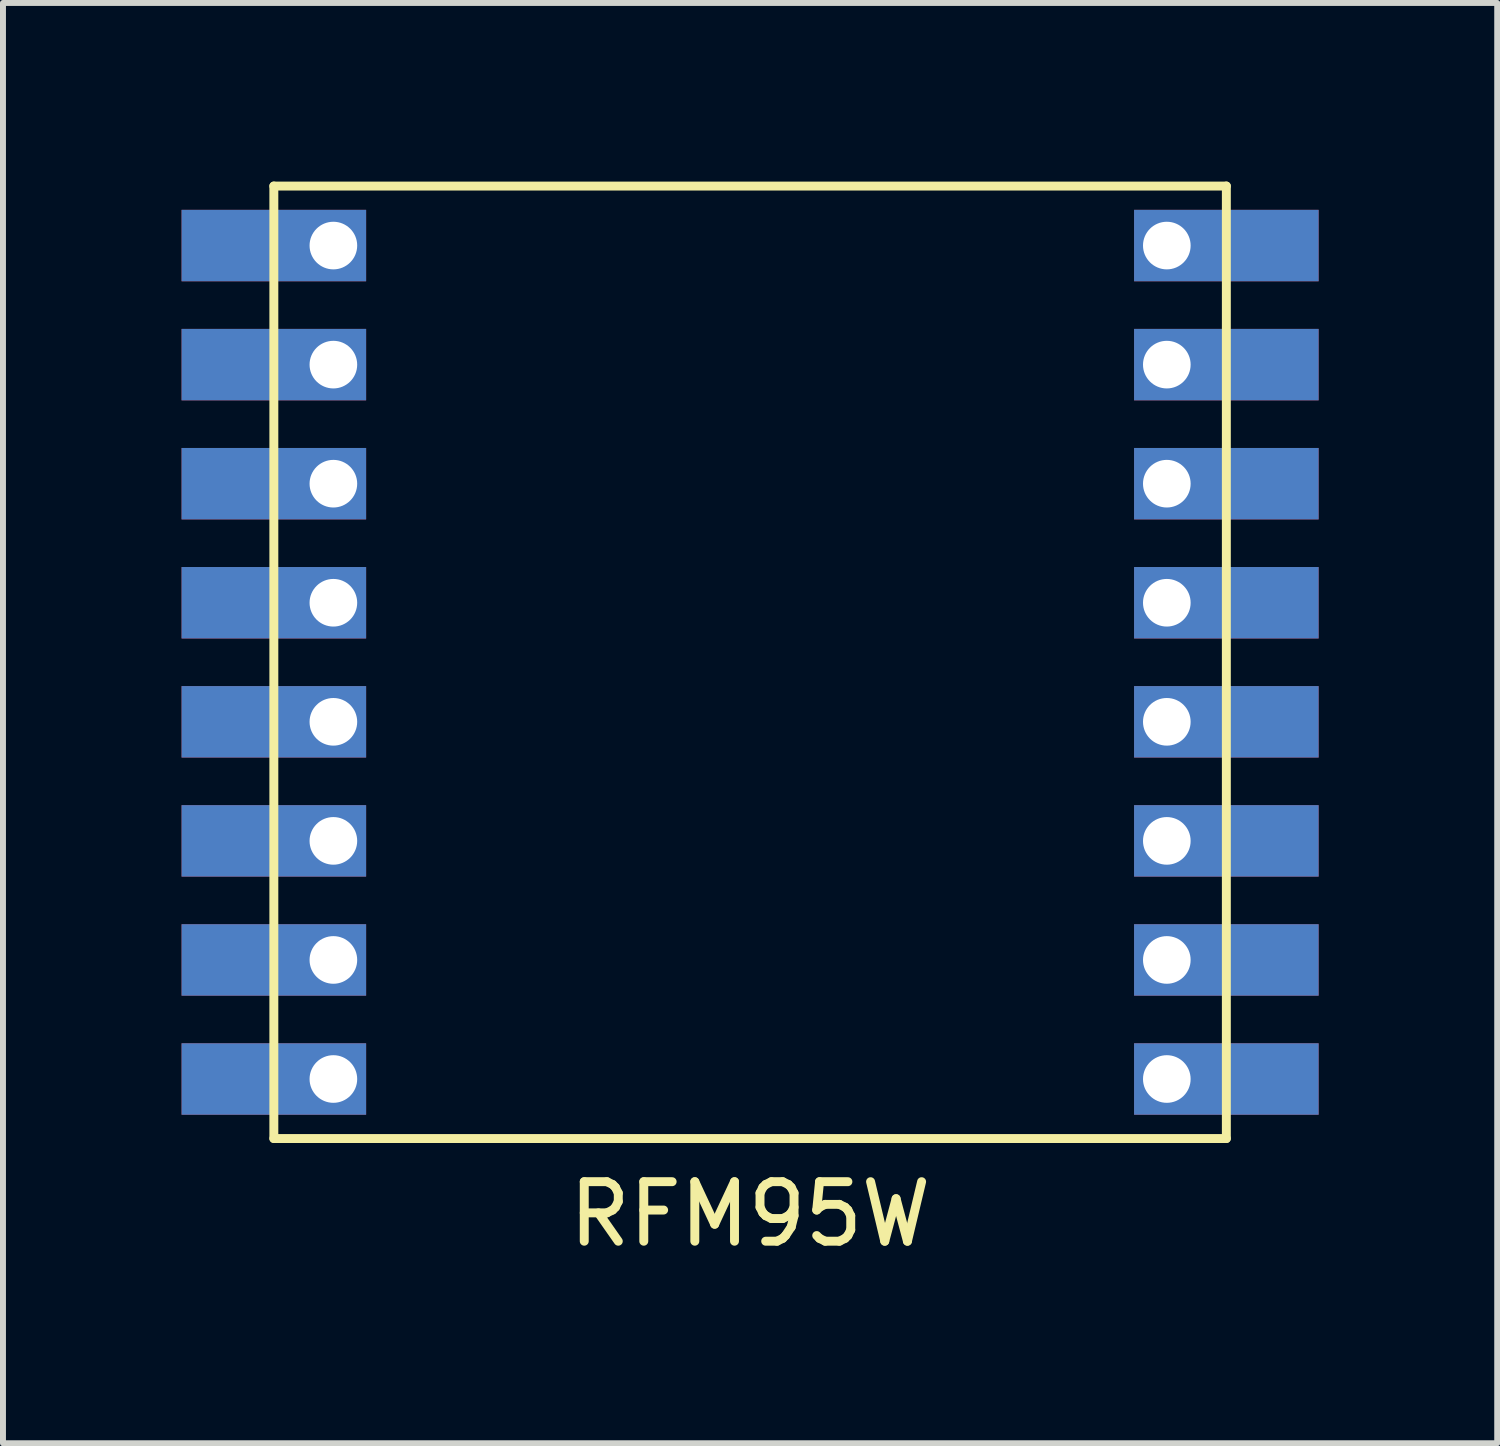
<source format=kicad_pcb>
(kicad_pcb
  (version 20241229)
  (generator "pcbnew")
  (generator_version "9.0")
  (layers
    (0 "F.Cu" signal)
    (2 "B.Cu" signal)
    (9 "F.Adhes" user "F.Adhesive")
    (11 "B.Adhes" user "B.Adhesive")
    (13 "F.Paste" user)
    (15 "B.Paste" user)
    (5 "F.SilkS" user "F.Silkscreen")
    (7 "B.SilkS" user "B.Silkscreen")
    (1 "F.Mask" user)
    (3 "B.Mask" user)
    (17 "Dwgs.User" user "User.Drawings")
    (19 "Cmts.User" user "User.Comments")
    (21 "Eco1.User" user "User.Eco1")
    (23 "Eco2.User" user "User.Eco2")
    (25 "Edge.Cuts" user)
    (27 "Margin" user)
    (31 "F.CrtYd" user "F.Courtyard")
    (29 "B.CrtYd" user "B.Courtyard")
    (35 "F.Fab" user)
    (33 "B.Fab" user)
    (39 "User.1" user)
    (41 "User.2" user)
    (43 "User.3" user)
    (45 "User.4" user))
  (footprint "RFM95W"
    (layer "F.Cu")
    (at 9.55 16.075)
    (property "Reference" "RFM95W" (at 0 1.27 0) (layer "F.SilkS") (effects (font (size 1 1) (thickness 0.15))))
    (attr through_hole)
    (fp_line (start -8 -16) (end -8 0) (stroke (width 0.15) (type solid)) (layer "F.SilkS"))
    (fp_line (start -8 0) (end 8 0) (stroke (width 0.15) (type solid)) (layer "F.SilkS"))
    (fp_line (start 8 -16) (end -8 -16) (stroke (width 0.15) (type solid)) (layer "F.SilkS"))
    (fp_line (start 8 0) (end 8 -16) (stroke (width 0.15) (type solid)) (layer "F.SilkS"))
    (pad "1" thru_hole rect (at -7 -15) (size 3.1 1.2) (drill 0.8 (offset -1 0)) (layers "*.Cu" "*.Mask"))
    (pad "2" thru_hole rect (at -7 -13) (size 3.1 1.2) (drill 0.8 (offset -1 0)) (layers "*.Cu" "*.Mask"))
    (pad "3" thru_hole rect (at -7 -11) (size 3.1 1.2) (drill 0.8 (offset -1 0)) (layers "*.Cu" "*.Mask"))
    (pad "4" thru_hole rect (at -7 -9) (size 3.1 1.2) (drill 0.8 (offset -1 0)) (layers "*.Cu" "*.Mask"))
    (pad "5" thru_hole rect (at -7 -7) (size 3.1 1.2) (drill 0.8 (offset -1 0)) (layers "*.Cu" "*.Mask"))
    (pad "6" thru_hole rect (at -7 -5) (size 3.1 1.2) (drill 0.8 (offset -1 0)) (layers "*.Cu" "*.Mask"))
    (pad "7" thru_hole rect (at -7 -3) (size 3.1 1.2) (drill 0.8 (offset -1 0)) (layers "*.Cu" "*.Mask"))
    (pad "8" thru_hole rect (at -7 -1) (size 3.1 1.2) (drill 0.8 (offset -1 0)) (layers "*.Cu" "*.Mask"))
    (pad "9" thru_hole rect (at 7 -1) (size 3.1 1.2) (drill 0.8 (offset 1 0)) (layers "*.Cu" "*.Mask"))
    (pad "10" thru_hole rect (at 7 -3) (size 3.1 1.2) (drill 0.8 (offset 1 0)) (layers "*.Cu" "*.Mask"))
    (pad "11" thru_hole rect (at 7 -5) (size 3.1 1.2) (drill 0.8 (offset 1 0)) (layers "*.Cu" "*.Mask"))
    (pad "12" thru_hole rect (at 7 -7) (size 3.1 1.2) (drill 0.8 (offset 1 0)) (layers "*.Cu" "*.Mask"))
    (pad "13" thru_hole rect (at 7 -9) (size 3.1 1.2) (drill 0.8 (offset 1 0)) (layers "*.Cu" "*.Mask"))
    (pad "14" thru_hole rect (at 7 -11) (size 3.1 1.2) (drill 0.8 (offset 1 0)) (layers "*.Cu" "*.Mask"))
    (pad "15" thru_hole rect (at 7 -13) (size 3.1 1.2) (drill 0.8 (offset 1 0)) (layers "*.Cu" "*.Mask"))
    (pad "16" thru_hole rect (at 7 -15) (size 3.1 1.2) (drill 0.8 (offset 1 0)) (layers "*.Cu" "*.Mask")))
  (gr_rect
    (start -3 -3)
    (end 22.1 21.193)
    (stroke (width 0.1) (type default))
    (fill no)
    (layer "Edge.Cuts")))
</source>
